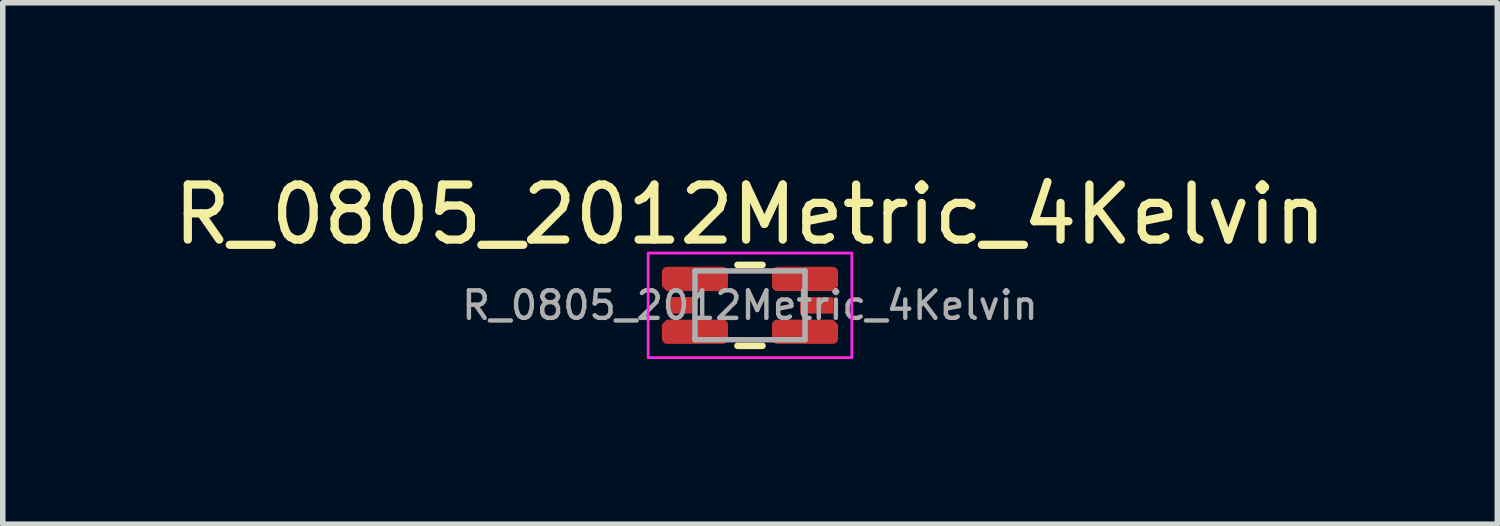
<source format=kicad_pcb>
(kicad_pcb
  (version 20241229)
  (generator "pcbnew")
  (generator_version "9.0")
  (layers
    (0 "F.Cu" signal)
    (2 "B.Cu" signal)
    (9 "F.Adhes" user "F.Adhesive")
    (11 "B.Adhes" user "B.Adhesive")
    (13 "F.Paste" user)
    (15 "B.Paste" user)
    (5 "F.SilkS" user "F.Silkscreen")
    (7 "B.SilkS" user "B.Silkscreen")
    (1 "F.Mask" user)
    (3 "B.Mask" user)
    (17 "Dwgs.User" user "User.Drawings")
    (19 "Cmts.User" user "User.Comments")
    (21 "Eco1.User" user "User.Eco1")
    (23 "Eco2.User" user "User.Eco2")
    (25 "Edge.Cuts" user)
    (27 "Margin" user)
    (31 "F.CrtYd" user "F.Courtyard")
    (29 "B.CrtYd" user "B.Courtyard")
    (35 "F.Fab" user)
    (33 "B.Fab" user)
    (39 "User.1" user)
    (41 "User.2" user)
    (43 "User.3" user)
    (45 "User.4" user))
  (footprint "R_0805_2012Metric_4Kelvin"
    (layer "F.Cu")
    (at 10.577 2.498)
    (property "Reference" "R_0805_2012Metric_4Kelvin" (at 0 -1.65 0) (layer "F.SilkS") (effects (font (size 1 1) (thickness 0.15))))
    (attr smd)
    (fp_line (start -0.227 -0.735) (end 0.227 -0.735) (stroke (width 0.12) (type solid)) (layer "F.SilkS"))
    (fp_line (start -0.227 0.735) (end 0.227 0.735) (stroke (width 0.12) (type solid)) (layer "F.SilkS"))
    (fp_line (start -1.85 -0.95) (end 1.85 -0.95) (stroke (width 0.05) (type solid)) (layer "F.CrtYd"))
    (fp_line (start -1.85 0.95) (end -1.85 -0.95) (stroke (width 0.05) (type solid)) (layer "F.CrtYd"))
    (fp_line (start 1.85 -0.95) (end 1.85 0.95) (stroke (width 0.05) (type solid)) (layer "F.CrtYd"))
    (fp_line (start 1.85 0.95) (end -1.85 0.95) (stroke (width 0.05) (type solid)) (layer "F.CrtYd"))
    (fp_line (start -1 -0.625) (end 1 -0.625) (stroke (width 0.1) (type solid)) (layer "F.Fab"))
    (fp_line (start -1 0.625) (end -1 -0.625) (stroke (width 0.1) (type solid)) (layer "F.Fab"))
    (fp_line (start 1 -0.625) (end 1 0.625) (stroke (width 0.1) (type solid)) (layer "F.Fab"))
    (fp_line (start 1 0.625) (end -1 0.625) (stroke (width 0.1) (type solid)) (layer "F.Fab"))
    (fp_text user "${REFERENCE}" (at 0 0 0) (layer "F.Fab") (effects (font (size 0.5 0.5) (thickness 0.08))))
    (pad "1" smd roundrect (at -1 -0.48) (size 1.2 0.44) (layers "F.Cu" "F.Mask" "F.Paste") (roundrect_rratio 0.208) (chamfer_ratio 0.2) (chamfer bottom_left))
    (pad "1" smd roundrect (at -1 0.48) (size 1.2 0.44) (layers "F.Cu" "F.Mask" "F.Paste") (roundrect_rratio 0.208) (chamfer_ratio 0.2) (chamfer top_left))
    (pad "2" smd rect (at -1.255 0) (size 0.51 0.3) (layers "F.Cu" "F.Mask" "F.Paste"))
    (pad "3" smd rect (at 1.21 0) (size 0.6 0.3) (layers "F.Cu" "F.Mask" "F.Paste"))
    (pad "4" smd roundrect (at 1 -0.48) (size 1.2 0.44) (layers "F.Cu" "F.Mask" "F.Paste") (roundrect_rratio 0.208) (chamfer_ratio 0.2) (chamfer bottom_right))
    (pad "4" smd roundrect (at 1 0.48) (size 1.2 0.44) (layers "F.Cu" "F.Mask" "F.Paste") (roundrect_rratio 0.208) (chamfer_ratio 0.2) (chamfer top_right)))
  (gr_rect
    (start -3 -3)
    (end 24.155 6.473)
    (stroke (width 0.1) (type default))
    (fill no)
    (layer "Edge.Cuts")))
</source>
